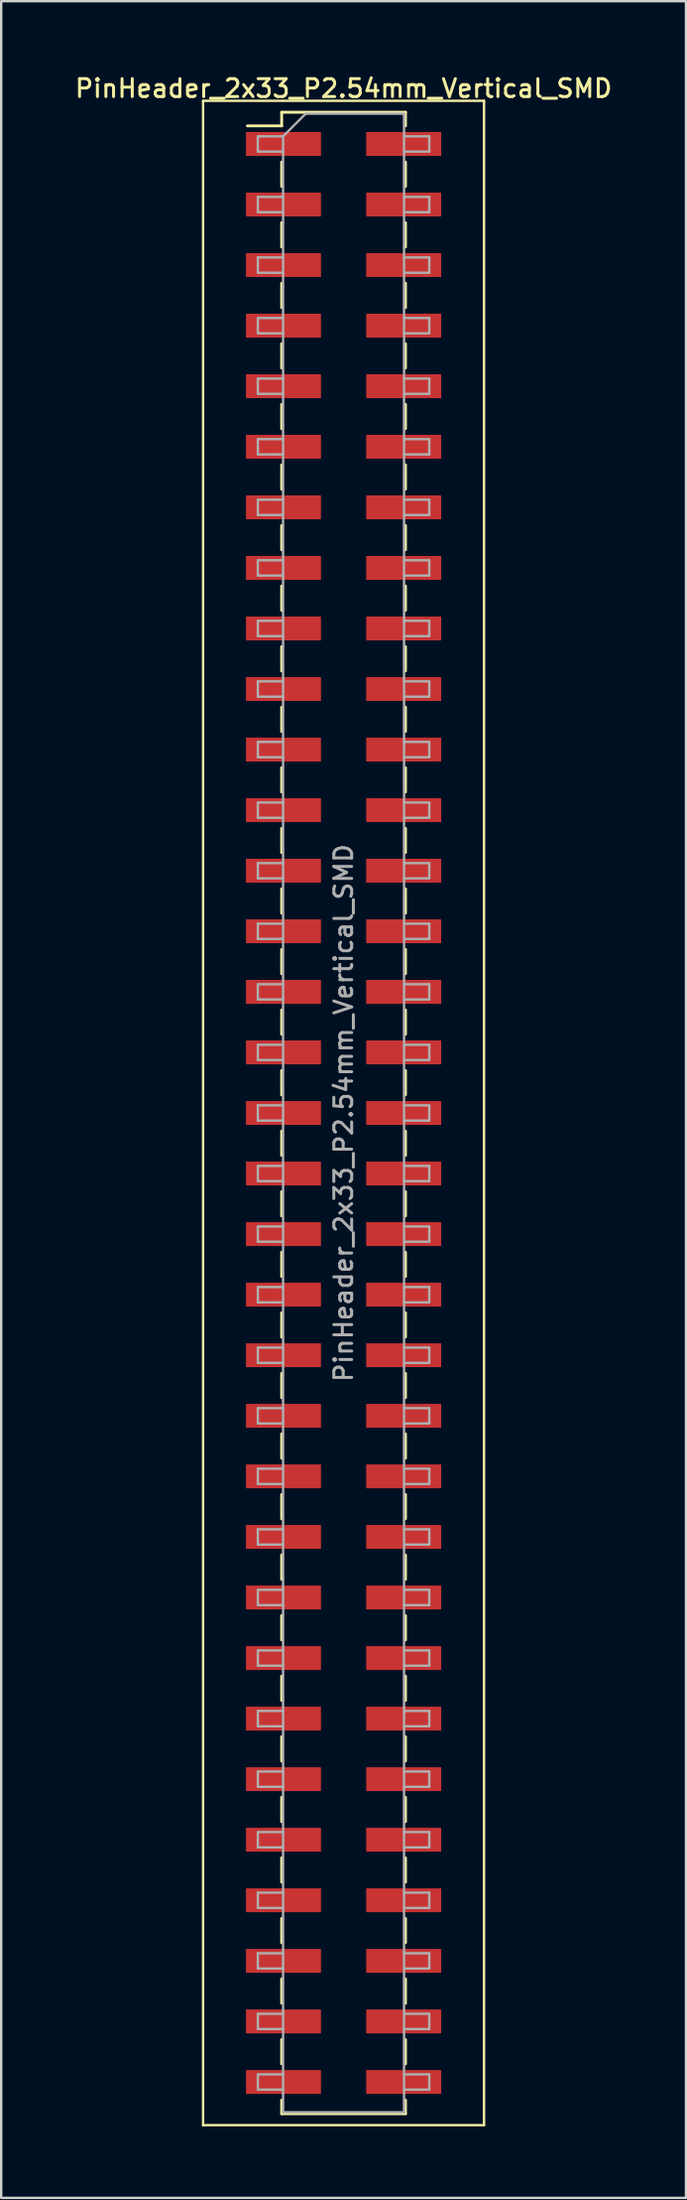
<source format=kicad_pcb>
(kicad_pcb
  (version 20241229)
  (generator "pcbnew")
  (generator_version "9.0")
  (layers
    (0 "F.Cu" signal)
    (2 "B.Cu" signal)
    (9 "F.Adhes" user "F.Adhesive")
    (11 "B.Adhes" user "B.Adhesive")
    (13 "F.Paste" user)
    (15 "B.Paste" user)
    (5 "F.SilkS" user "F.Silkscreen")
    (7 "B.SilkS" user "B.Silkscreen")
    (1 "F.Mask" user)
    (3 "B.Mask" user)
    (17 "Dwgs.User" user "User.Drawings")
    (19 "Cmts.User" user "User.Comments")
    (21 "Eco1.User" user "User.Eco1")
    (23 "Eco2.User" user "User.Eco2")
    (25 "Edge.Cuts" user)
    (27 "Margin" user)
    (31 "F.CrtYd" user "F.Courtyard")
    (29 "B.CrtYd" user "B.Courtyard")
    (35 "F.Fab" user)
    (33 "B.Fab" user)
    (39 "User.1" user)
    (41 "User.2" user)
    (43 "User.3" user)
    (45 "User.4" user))
  (footprint "PinHeader_2x33_P2.54mm_Vertical_SMD"
    (layer "F.Cu")
    (at 11.38 43.628)
    (property "Reference" "PinHeader_2x33_P2.54mm_Vertical_SMD" (at 0 -42.97 0) (layer "F.SilkS") (effects (font (size 0.75 0.75) (thickness 0.125))))
    (attr smd)
    (fp_line (start -5.9 -42.45) (end -5.9 42.45) (stroke (width 0.1) (type solid)) (layer "F.SilkS"))
    (fp_line (start -5.9 42.45) (end 5.9 42.45) (stroke (width 0.1) (type solid)) (layer "F.SilkS"))
    (fp_line (start -4.04 -41.4) (end -2.6 -41.4) (stroke (width 0.12) (type solid)) (layer "F.SilkS"))
    (fp_line (start -2.6 -41.97) (end -2.6 -41.4) (stroke (width 0.12) (type solid)) (layer "F.SilkS"))
    (fp_line (start -2.6 -41.97) (end 2.6 -41.97) (stroke (width 0.12) (type solid)) (layer "F.SilkS"))
    (fp_line (start -2.6 -39.88) (end -2.6 -38.86) (stroke (width 0.12) (type solid)) (layer "F.SilkS"))
    (fp_line (start -2.6 -37.34) (end -2.6 -36.32) (stroke (width 0.12) (type solid)) (layer "F.SilkS"))
    (fp_line (start -2.6 -34.8) (end -2.6 -33.78) (stroke (width 0.12) (type solid)) (layer "F.SilkS"))
    (fp_line (start -2.6 -32.26) (end -2.6 -31.24) (stroke (width 0.12) (type solid)) (layer "F.SilkS"))
    (fp_line (start -2.6 -29.72) (end -2.6 -28.7) (stroke (width 0.12) (type solid)) (layer "F.SilkS"))
    (fp_line (start -2.6 -27.18) (end -2.6 -26.16) (stroke (width 0.12) (type solid)) (layer "F.SilkS"))
    (fp_line (start -2.6 -24.64) (end -2.6 -23.62) (stroke (width 0.12) (type solid)) (layer "F.SilkS"))
    (fp_line (start -2.6 -22.1) (end -2.6 -21.08) (stroke (width 0.12) (type solid)) (layer "F.SilkS"))
    (fp_line (start -2.6 -19.56) (end -2.6 -18.54) (stroke (width 0.12) (type solid)) (layer "F.SilkS"))
    (fp_line (start -2.6 -17.02) (end -2.6 -16) (stroke (width 0.12) (type solid)) (layer "F.SilkS"))
    (fp_line (start -2.6 -14.48) (end -2.6 -13.46) (stroke (width 0.12) (type solid)) (layer "F.SilkS"))
    (fp_line (start -2.6 -11.94) (end -2.6 -10.92) (stroke (width 0.12) (type solid)) (layer "F.SilkS"))
    (fp_line (start -2.6 -9.4) (end -2.6 -8.38) (stroke (width 0.12) (type solid)) (layer "F.SilkS"))
    (fp_line (start -2.6 -6.86) (end -2.6 -5.84) (stroke (width 0.12) (type solid)) (layer "F.SilkS"))
    (fp_line (start -2.6 -4.32) (end -2.6 -3.3) (stroke (width 0.12) (type solid)) (layer "F.SilkS"))
    (fp_line (start -2.6 -1.78) (end -2.6 -0.76) (stroke (width 0.12) (type solid)) (layer "F.SilkS"))
    (fp_line (start -2.6 0.76) (end -2.6 1.78) (stroke (width 0.12) (type solid)) (layer "F.SilkS"))
    (fp_line (start -2.6 3.3) (end -2.6 4.32) (stroke (width 0.12) (type solid)) (layer "F.SilkS"))
    (fp_line (start -2.6 5.84) (end -2.6 6.86) (stroke (width 0.12) (type solid)) (layer "F.SilkS"))
    (fp_line (start -2.6 8.38) (end -2.6 9.4) (stroke (width 0.12) (type solid)) (layer "F.SilkS"))
    (fp_line (start -2.6 10.92) (end -2.6 11.94) (stroke (width 0.12) (type solid)) (layer "F.SilkS"))
    (fp_line (start -2.6 13.46) (end -2.6 14.48) (stroke (width 0.12) (type solid)) (layer "F.SilkS"))
    (fp_line (start -2.6 16) (end -2.6 17.02) (stroke (width 0.12) (type solid)) (layer "F.SilkS"))
    (fp_line (start -2.6 18.54) (end -2.6 19.56) (stroke (width 0.12) (type solid)) (layer "F.SilkS"))
    (fp_line (start -2.6 21.08) (end -2.6 22.1) (stroke (width 0.12) (type solid)) (layer "F.SilkS"))
    (fp_line (start -2.6 23.62) (end -2.6 24.64) (stroke (width 0.12) (type solid)) (layer "F.SilkS"))
    (fp_line (start -2.6 26.16) (end -2.6 27.18) (stroke (width 0.12) (type solid)) (layer "F.SilkS"))
    (fp_line (start -2.6 28.7) (end -2.6 29.72) (stroke (width 0.12) (type solid)) (layer "F.SilkS"))
    (fp_line (start -2.6 31.24) (end -2.6 32.26) (stroke (width 0.12) (type solid)) (layer "F.SilkS"))
    (fp_line (start -2.6 33.78) (end -2.6 34.8) (stroke (width 0.12) (type solid)) (layer "F.SilkS"))
    (fp_line (start -2.6 36.32) (end -2.6 37.34) (stroke (width 0.12) (type solid)) (layer "F.SilkS"))
    (fp_line (start -2.6 38.86) (end -2.6 39.88) (stroke (width 0.12) (type solid)) (layer "F.SilkS"))
    (fp_line (start -2.6 41.4) (end -2.6 41.97) (stroke (width 0.12) (type solid)) (layer "F.SilkS"))
    (fp_line (start -2.6 41.97) (end 2.6 41.97) (stroke (width 0.12) (type solid)) (layer "F.SilkS"))
    (fp_line (start 2.6 -41.97) (end 2.6 -41.4) (stroke (width 0.12) (type solid)) (layer "F.SilkS"))
    (fp_line (start 2.6 -39.88) (end 2.6 -38.86) (stroke (width 0.12) (type solid)) (layer "F.SilkS"))
    (fp_line (start 2.6 -37.34) (end 2.6 -36.32) (stroke (width 0.12) (type solid)) (layer "F.SilkS"))
    (fp_line (start 2.6 -34.8) (end 2.6 -33.78) (stroke (width 0.12) (type solid)) (layer "F.SilkS"))
    (fp_line (start 2.6 -32.26) (end 2.6 -31.24) (stroke (width 0.12) (type solid)) (layer "F.SilkS"))
    (fp_line (start 2.6 -29.72) (end 2.6 -28.7) (stroke (width 0.12) (type solid)) (layer "F.SilkS"))
    (fp_line (start 2.6 -27.18) (end 2.6 -26.16) (stroke (width 0.12) (type solid)) (layer "F.SilkS"))
    (fp_line (start 2.6 -24.64) (end 2.6 -23.62) (stroke (width 0.12) (type solid)) (layer "F.SilkS"))
    (fp_line (start 2.6 -22.1) (end 2.6 -21.08) (stroke (width 0.12) (type solid)) (layer "F.SilkS"))
    (fp_line (start 2.6 -19.56) (end 2.6 -18.54) (stroke (width 0.12) (type solid)) (layer "F.SilkS"))
    (fp_line (start 2.6 -17.02) (end 2.6 -16) (stroke (width 0.12) (type solid)) (layer "F.SilkS"))
    (fp_line (start 2.6 -14.48) (end 2.6 -13.46) (stroke (width 0.12) (type solid)) (layer "F.SilkS"))
    (fp_line (start 2.6 -11.94) (end 2.6 -10.92) (stroke (width 0.12) (type solid)) (layer "F.SilkS"))
    (fp_line (start 2.6 -9.4) (end 2.6 -8.38) (stroke (width 0.12) (type solid)) (layer "F.SilkS"))
    (fp_line (start 2.6 -6.86) (end 2.6 -5.84) (stroke (width 0.12) (type solid)) (layer "F.SilkS"))
    (fp_line (start 2.6 -4.32) (end 2.6 -3.3) (stroke (width 0.12) (type solid)) (layer "F.SilkS"))
    (fp_line (start 2.6 -1.78) (end 2.6 -0.76) (stroke (width 0.12) (type solid)) (layer "F.SilkS"))
    (fp_line (start 2.6 0.76) (end 2.6 1.78) (stroke (width 0.12) (type solid)) (layer "F.SilkS"))
    (fp_line (start 2.6 3.3) (end 2.6 4.32) (stroke (width 0.12) (type solid)) (layer "F.SilkS"))
    (fp_line (start 2.6 5.84) (end 2.6 6.86) (stroke (width 0.12) (type solid)) (layer "F.SilkS"))
    (fp_line (start 2.6 8.38) (end 2.6 9.4) (stroke (width 0.12) (type solid)) (layer "F.SilkS"))
    (fp_line (start 2.6 10.92) (end 2.6 11.94) (stroke (width 0.12) (type solid)) (layer "F.SilkS"))
    (fp_line (start 2.6 13.46) (end 2.6 14.48) (stroke (width 0.12) (type solid)) (layer "F.SilkS"))
    (fp_line (start 2.6 16) (end 2.6 17.02) (stroke (width 0.12) (type solid)) (layer "F.SilkS"))
    (fp_line (start 2.6 18.54) (end 2.6 19.56) (stroke (width 0.12) (type solid)) (layer "F.SilkS"))
    (fp_line (start 2.6 21.08) (end 2.6 22.1) (stroke (width 0.12) (type solid)) (layer "F.SilkS"))
    (fp_line (start 2.6 23.62) (end 2.6 24.64) (stroke (width 0.12) (type solid)) (layer "F.SilkS"))
    (fp_line (start 2.6 26.16) (end 2.6 27.18) (stroke (width 0.12) (type solid)) (layer "F.SilkS"))
    (fp_line (start 2.6 28.7) (end 2.6 29.72) (stroke (width 0.12) (type solid)) (layer "F.SilkS"))
    (fp_line (start 2.6 31.24) (end 2.6 32.26) (stroke (width 0.12) (type solid)) (layer "F.SilkS"))
    (fp_line (start 2.6 33.78) (end 2.6 34.8) (stroke (width 0.12) (type solid)) (layer "F.SilkS"))
    (fp_line (start 2.6 36.32) (end 2.6 37.34) (stroke (width 0.12) (type solid)) (layer "F.SilkS"))
    (fp_line (start 2.6 38.86) (end 2.6 39.88) (stroke (width 0.12) (type solid)) (layer "F.SilkS"))
    (fp_line (start 2.6 41.4) (end 2.6 41.97) (stroke (width 0.12) (type solid)) (layer "F.SilkS"))
    (fp_line (start 5.9 -42.45) (end -5.9 -42.45) (stroke (width 0.1) (type solid)) (layer "F.SilkS"))
    (fp_line (start 5.9 42.45) (end 5.9 -42.45) (stroke (width 0.1) (type solid)) (layer "F.SilkS"))
    (fp_line (start -3.6 -40.96) (end -3.6 -40.32) (stroke (width 0.1) (type solid)) (layer "F.Fab"))
    (fp_line (start -3.6 -40.32) (end -2.54 -40.32) (stroke (width 0.1) (type solid)) (layer "F.Fab"))
    (fp_line (start -3.6 -38.42) (end -3.6 -37.78) (stroke (width 0.1) (type solid)) (layer "F.Fab"))
    (fp_line (start -3.6 -37.78) (end -2.54 -37.78) (stroke (width 0.1) (type solid)) (layer "F.Fab"))
    (fp_line (start -3.6 -35.88) (end -3.6 -35.24) (stroke (width 0.1) (type solid)) (layer "F.Fab"))
    (fp_line (start -3.6 -35.24) (end -2.54 -35.24) (stroke (width 0.1) (type solid)) (layer "F.Fab"))
    (fp_line (start -3.6 -33.34) (end -3.6 -32.7) (stroke (width 0.1) (type solid)) (layer "F.Fab"))
    (fp_line (start -3.6 -32.7) (end -2.54 -32.7) (stroke (width 0.1) (type solid)) (layer "F.Fab"))
    (fp_line (start -3.6 -30.8) (end -3.6 -30.16) (stroke (width 0.1) (type solid)) (layer "F.Fab"))
    (fp_line (start -3.6 -30.16) (end -2.54 -30.16) (stroke (width 0.1) (type solid)) (layer "F.Fab"))
    (fp_line (start -3.6 -28.26) (end -3.6 -27.62) (stroke (width 0.1) (type solid)) (layer "F.Fab"))
    (fp_line (start -3.6 -27.62) (end -2.54 -27.62) (stroke (width 0.1) (type solid)) (layer "F.Fab"))
    (fp_line (start -3.6 -25.72) (end -3.6 -25.08) (stroke (width 0.1) (type solid)) (layer "F.Fab"))
    (fp_line (start -3.6 -25.08) (end -2.54 -25.08) (stroke (width 0.1) (type solid)) (layer "F.Fab"))
    (fp_line (start -3.6 -23.18) (end -3.6 -22.54) (stroke (width 0.1) (type solid)) (layer "F.Fab"))
    (fp_line (start -3.6 -22.54) (end -2.54 -22.54) (stroke (width 0.1) (type solid)) (layer "F.Fab"))
    (fp_line (start -3.6 -20.64) (end -3.6 -20) (stroke (width 0.1) (type solid)) (layer "F.Fab"))
    (fp_line (start -3.6 -20) (end -2.54 -20) (stroke (width 0.1) (type solid)) (layer "F.Fab"))
    (fp_line (start -3.6 -18.1) (end -3.6 -17.46) (stroke (width 0.1) (type solid)) (layer "F.Fab"))
    (fp_line (start -3.6 -17.46) (end -2.54 -17.46) (stroke (width 0.1) (type solid)) (layer "F.Fab"))
    (fp_line (start -3.6 -15.56) (end -3.6 -14.92) (stroke (width 0.1) (type solid)) (layer "F.Fab"))
    (fp_line (start -3.6 -14.92) (end -2.54 -14.92) (stroke (width 0.1) (type solid)) (layer "F.Fab"))
    (fp_line (start -3.6 -13.02) (end -3.6 -12.38) (stroke (width 0.1) (type solid)) (layer "F.Fab"))
    (fp_line (start -3.6 -12.38) (end -2.54 -12.38) (stroke (width 0.1) (type solid)) (layer "F.Fab"))
    (fp_line (start -3.6 -10.48) (end -3.6 -9.84) (stroke (width 0.1) (type solid)) (layer "F.Fab"))
    (fp_line (start -3.6 -9.84) (end -2.54 -9.84) (stroke (width 0.1) (type solid)) (layer "F.Fab"))
    (fp_line (start -3.6 -7.94) (end -3.6 -7.3) (stroke (width 0.1) (type solid)) (layer "F.Fab"))
    (fp_line (start -3.6 -7.3) (end -2.54 -7.3) (stroke (width 0.1) (type solid)) (layer "F.Fab"))
    (fp_line (start -3.6 -5.4) (end -3.6 -4.76) (stroke (width 0.1) (type solid)) (layer "F.Fab"))
    (fp_line (start -3.6 -4.76) (end -2.54 -4.76) (stroke (width 0.1) (type solid)) (layer "F.Fab"))
    (fp_line (start -3.6 -2.86) (end -3.6 -2.22) (stroke (width 0.1) (type solid)) (layer "F.Fab"))
    (fp_line (start -3.6 -2.22) (end -2.54 -2.22) (stroke (width 0.1) (type solid)) (layer "F.Fab"))
    (fp_line (start -3.6 -0.32) (end -3.6 0.32) (stroke (width 0.1) (type solid)) (layer "F.Fab"))
    (fp_line (start -3.6 0.32) (end -2.54 0.32) (stroke (width 0.1) (type solid)) (layer "F.Fab"))
    (fp_line (start -3.6 2.22) (end -3.6 2.86) (stroke (width 0.1) (type solid)) (layer "F.Fab"))
    (fp_line (start -3.6 2.86) (end -2.54 2.86) (stroke (width 0.1) (type solid)) (layer "F.Fab"))
    (fp_line (start -3.6 4.76) (end -3.6 5.4) (stroke (width 0.1) (type solid)) (layer "F.Fab"))
    (fp_line (start -3.6 5.4) (end -2.54 5.4) (stroke (width 0.1) (type solid)) (layer "F.Fab"))
    (fp_line (start -3.6 7.3) (end -3.6 7.94) (stroke (width 0.1) (type solid)) (layer "F.Fab"))
    (fp_line (start -3.6 7.94) (end -2.54 7.94) (stroke (width 0.1) (type solid)) (layer "F.Fab"))
    (fp_line (start -3.6 9.84) (end -3.6 10.48) (stroke (width 0.1) (type solid)) (layer "F.Fab"))
    (fp_line (start -3.6 10.48) (end -2.54 10.48) (stroke (width 0.1) (type solid)) (layer "F.Fab"))
    (fp_line (start -3.6 12.38) (end -3.6 13.02) (stroke (width 0.1) (type solid)) (layer "F.Fab"))
    (fp_line (start -3.6 13.02) (end -2.54 13.02) (stroke (width 0.1) (type solid)) (layer "F.Fab"))
    (fp_line (start -3.6 14.92) (end -3.6 15.56) (stroke (width 0.1) (type solid)) (layer "F.Fab"))
    (fp_line (start -3.6 15.56) (end -2.54 15.56) (stroke (width 0.1) (type solid)) (layer "F.Fab"))
    (fp_line (start -3.6 17.46) (end -3.6 18.1) (stroke (width 0.1) (type solid)) (layer "F.Fab"))
    (fp_line (start -3.6 18.1) (end -2.54 18.1) (stroke (width 0.1) (type solid)) (layer "F.Fab"))
    (fp_line (start -3.6 20) (end -3.6 20.64) (stroke (width 0.1) (type solid)) (layer "F.Fab"))
    (fp_line (start -3.6 20.64) (end -2.54 20.64) (stroke (width 0.1) (type solid)) (layer "F.Fab"))
    (fp_line (start -3.6 22.54) (end -3.6 23.18) (stroke (width 0.1) (type solid)) (layer "F.Fab"))
    (fp_line (start -3.6 23.18) (end -2.54 23.18) (stroke (width 0.1) (type solid)) (layer "F.Fab"))
    (fp_line (start -3.6 25.08) (end -3.6 25.72) (stroke (width 0.1) (type solid)) (layer "F.Fab"))
    (fp_line (start -3.6 25.72) (end -2.54 25.72) (stroke (width 0.1) (type solid)) (layer "F.Fab"))
    (fp_line (start -3.6 27.62) (end -3.6 28.26) (stroke (width 0.1) (type solid)) (layer "F.Fab"))
    (fp_line (start -3.6 28.26) (end -2.54 28.26) (stroke (width 0.1) (type solid)) (layer "F.Fab"))
    (fp_line (start -3.6 30.16) (end -3.6 30.8) (stroke (width 0.1) (type solid)) (layer "F.Fab"))
    (fp_line (start -3.6 30.8) (end -2.54 30.8) (stroke (width 0.1) (type solid)) (layer "F.Fab"))
    (fp_line (start -3.6 32.7) (end -3.6 33.34) (stroke (width 0.1) (type solid)) (layer "F.Fab"))
    (fp_line (start -3.6 33.34) (end -2.54 33.34) (stroke (width 0.1) (type solid)) (layer "F.Fab"))
    (fp_line (start -3.6 35.24) (end -3.6 35.88) (stroke (width 0.1) (type solid)) (layer "F.Fab"))
    (fp_line (start -3.6 35.88) (end -2.54 35.88) (stroke (width 0.1) (type solid)) (layer "F.Fab"))
    (fp_line (start -3.6 37.78) (end -3.6 38.42) (stroke (width 0.1) (type solid)) (layer "F.Fab"))
    (fp_line (start -3.6 38.42) (end -2.54 38.42) (stroke (width 0.1) (type solid)) (layer "F.Fab"))
    (fp_line (start -3.6 40.32) (end -3.6 40.96) (stroke (width 0.1) (type solid)) (layer "F.Fab"))
    (fp_line (start -3.6 40.96) (end -2.54 40.96) (stroke (width 0.1) (type solid)) (layer "F.Fab"))
    (fp_line (start -2.54 -40.96) (end -3.6 -40.96) (stroke (width 0.1) (type solid)) (layer "F.Fab"))
    (fp_line (start -2.54 -40.96) (end -1.59 -41.91) (stroke (width 0.1) (type solid)) (layer "F.Fab"))
    (fp_line (start -2.54 -38.42) (end -3.6 -38.42) (stroke (width 0.1) (type solid)) (layer "F.Fab"))
    (fp_line (start -2.54 -35.88) (end -3.6 -35.88) (stroke (width 0.1) (type solid)) (layer "F.Fab"))
    (fp_line (start -2.54 -33.34) (end -3.6 -33.34) (stroke (width 0.1) (type solid)) (layer "F.Fab"))
    (fp_line (start -2.54 -30.8) (end -3.6 -30.8) (stroke (width 0.1) (type solid)) (layer "F.Fab"))
    (fp_line (start -2.54 -28.26) (end -3.6 -28.26) (stroke (width 0.1) (type solid)) (layer "F.Fab"))
    (fp_line (start -2.54 -25.72) (end -3.6 -25.72) (stroke (width 0.1) (type solid)) (layer "F.Fab"))
    (fp_line (start -2.54 -23.18) (end -3.6 -23.18) (stroke (width 0.1) (type solid)) (layer "F.Fab"))
    (fp_line (start -2.54 -20.64) (end -3.6 -20.64) (stroke (width 0.1) (type solid)) (layer "F.Fab"))
    (fp_line (start -2.54 -18.1) (end -3.6 -18.1) (stroke (width 0.1) (type solid)) (layer "F.Fab"))
    (fp_line (start -2.54 -15.56) (end -3.6 -15.56) (stroke (width 0.1) (type solid)) (layer "F.Fab"))
    (fp_line (start -2.54 -13.02) (end -3.6 -13.02) (stroke (width 0.1) (type solid)) (layer "F.Fab"))
    (fp_line (start -2.54 -10.48) (end -3.6 -10.48) (stroke (width 0.1) (type solid)) (layer "F.Fab"))
    (fp_line (start -2.54 -7.94) (end -3.6 -7.94) (stroke (width 0.1) (type solid)) (layer "F.Fab"))
    (fp_line (start -2.54 -5.4) (end -3.6 -5.4) (stroke (width 0.1) (type solid)) (layer "F.Fab"))
    (fp_line (start -2.54 -2.86) (end -3.6 -2.86) (stroke (width 0.1) (type solid)) (layer "F.Fab"))
    (fp_line (start -2.54 -0.32) (end -3.6 -0.32) (stroke (width 0.1) (type solid)) (layer "F.Fab"))
    (fp_line (start -2.54 2.22) (end -3.6 2.22) (stroke (width 0.1) (type solid)) (layer "F.Fab"))
    (fp_line (start -2.54 4.76) (end -3.6 4.76) (stroke (width 0.1) (type solid)) (layer "F.Fab"))
    (fp_line (start -2.54 7.3) (end -3.6 7.3) (stroke (width 0.1) (type solid)) (layer "F.Fab"))
    (fp_line (start -2.54 9.84) (end -3.6 9.84) (stroke (width 0.1) (type solid)) (layer "F.Fab"))
    (fp_line (start -2.54 12.38) (end -3.6 12.38) (stroke (width 0.1) (type solid)) (layer "F.Fab"))
    (fp_line (start -2.54 14.92) (end -3.6 14.92) (stroke (width 0.1) (type solid)) (layer "F.Fab"))
    (fp_line (start -2.54 17.46) (end -3.6 17.46) (stroke (width 0.1) (type solid)) (layer "F.Fab"))
    (fp_line (start -2.54 20) (end -3.6 20) (stroke (width 0.1) (type solid)) (layer "F.Fab"))
    (fp_line (start -2.54 22.54) (end -3.6 22.54) (stroke (width 0.1) (type solid)) (layer "F.Fab"))
    (fp_line (start -2.54 25.08) (end -3.6 25.08) (stroke (width 0.1) (type solid)) (layer "F.Fab"))
    (fp_line (start -2.54 27.62) (end -3.6 27.62) (stroke (width 0.1) (type solid)) (layer "F.Fab"))
    (fp_line (start -2.54 30.16) (end -3.6 30.16) (stroke (width 0.1) (type solid)) (layer "F.Fab"))
    (fp_line (start -2.54 32.7) (end -3.6 32.7) (stroke (width 0.1) (type solid)) (layer "F.Fab"))
    (fp_line (start -2.54 35.24) (end -3.6 35.24) (stroke (width 0.1) (type solid)) (layer "F.Fab"))
    (fp_line (start -2.54 37.78) (end -3.6 37.78) (stroke (width 0.1) (type solid)) (layer "F.Fab"))
    (fp_line (start -2.54 40.32) (end -3.6 40.32) (stroke (width 0.1) (type solid)) (layer "F.Fab"))
    (fp_line (start -2.54 41.91) (end -2.54 -40.96) (stroke (width 0.1) (type solid)) (layer "F.Fab"))
    (fp_line (start -1.59 -41.91) (end 2.54 -41.91) (stroke (width 0.1) (type solid)) (layer "F.Fab"))
    (fp_line (start 2.54 -41.91) (end 2.54 41.91) (stroke (width 0.1) (type solid)) (layer "F.Fab"))
    (fp_line (start 2.54 -40.96) (end 3.6 -40.96) (stroke (width 0.1) (type solid)) (layer "F.Fab"))
    (fp_line (start 2.54 -38.42) (end 3.6 -38.42) (stroke (width 0.1) (type solid)) (layer "F.Fab"))
    (fp_line (start 2.54 -35.88) (end 3.6 -35.88) (stroke (width 0.1) (type solid)) (layer "F.Fab"))
    (fp_line (start 2.54 -33.34) (end 3.6 -33.34) (stroke (width 0.1) (type solid)) (layer "F.Fab"))
    (fp_line (start 2.54 -30.8) (end 3.6 -30.8) (stroke (width 0.1) (type solid)) (layer "F.Fab"))
    (fp_line (start 2.54 -28.26) (end 3.6 -28.26) (stroke (width 0.1) (type solid)) (layer "F.Fab"))
    (fp_line (start 2.54 -25.72) (end 3.6 -25.72) (stroke (width 0.1) (type solid)) (layer "F.Fab"))
    (fp_line (start 2.54 -23.18) (end 3.6 -23.18) (stroke (width 0.1) (type solid)) (layer "F.Fab"))
    (fp_line (start 2.54 -20.64) (end 3.6 -20.64) (stroke (width 0.1) (type solid)) (layer "F.Fab"))
    (fp_line (start 2.54 -18.1) (end 3.6 -18.1) (stroke (width 0.1) (type solid)) (layer "F.Fab"))
    (fp_line (start 2.54 -15.56) (end 3.6 -15.56) (stroke (width 0.1) (type solid)) (layer "F.Fab"))
    (fp_line (start 2.54 -13.02) (end 3.6 -13.02) (stroke (width 0.1) (type solid)) (layer "F.Fab"))
    (fp_line (start 2.54 -10.48) (end 3.6 -10.48) (stroke (width 0.1) (type solid)) (layer "F.Fab"))
    (fp_line (start 2.54 -7.94) (end 3.6 -7.94) (stroke (width 0.1) (type solid)) (layer "F.Fab"))
    (fp_line (start 2.54 -5.4) (end 3.6 -5.4) (stroke (width 0.1) (type solid)) (layer "F.Fab"))
    (fp_line (start 2.54 -2.86) (end 3.6 -2.86) (stroke (width 0.1) (type solid)) (layer "F.Fab"))
    (fp_line (start 2.54 -0.32) (end 3.6 -0.32) (stroke (width 0.1) (type solid)) (layer "F.Fab"))
    (fp_line (start 2.54 2.22) (end 3.6 2.22) (stroke (width 0.1) (type solid)) (layer "F.Fab"))
    (fp_line (start 2.54 4.76) (end 3.6 4.76) (stroke (width 0.1) (type solid)) (layer "F.Fab"))
    (fp_line (start 2.54 7.3) (end 3.6 7.3) (stroke (width 0.1) (type solid)) (layer "F.Fab"))
    (fp_line (start 2.54 9.84) (end 3.6 9.84) (stroke (width 0.1) (type solid)) (layer "F.Fab"))
    (fp_line (start 2.54 12.38) (end 3.6 12.38) (stroke (width 0.1) (type solid)) (layer "F.Fab"))
    (fp_line (start 2.54 14.92) (end 3.6 14.92) (stroke (width 0.1) (type solid)) (layer "F.Fab"))
    (fp_line (start 2.54 17.46) (end 3.6 17.46) (stroke (width 0.1) (type solid)) (layer "F.Fab"))
    (fp_line (start 2.54 20) (end 3.6 20) (stroke (width 0.1) (type solid)) (layer "F.Fab"))
    (fp_line (start 2.54 22.54) (end 3.6 22.54) (stroke (width 0.1) (type solid)) (layer "F.Fab"))
    (fp_line (start 2.54 25.08) (end 3.6 25.08) (stroke (width 0.1) (type solid)) (layer "F.Fab"))
    (fp_line (start 2.54 27.62) (end 3.6 27.62) (stroke (width 0.1) (type solid)) (layer "F.Fab"))
    (fp_line (start 2.54 30.16) (end 3.6 30.16) (stroke (width 0.1) (type solid)) (layer "F.Fab"))
    (fp_line (start 2.54 32.7) (end 3.6 32.7) (stroke (width 0.1) (type solid)) (layer "F.Fab"))
    (fp_line (start 2.54 35.24) (end 3.6 35.24) (stroke (width 0.1) (type solid)) (layer "F.Fab"))
    (fp_line (start 2.54 37.78) (end 3.6 37.78) (stroke (width 0.1) (type solid)) (layer "F.Fab"))
    (fp_line (start 2.54 40.32) (end 3.6 40.32) (stroke (width 0.1) (type solid)) (layer "F.Fab"))
    (fp_line (start 2.54 41.91) (end -2.54 41.91) (stroke (width 0.1) (type solid)) (layer "F.Fab"))
    (fp_line (start 3.6 -40.96) (end 3.6 -40.32) (stroke (width 0.1) (type solid)) (layer "F.Fab"))
    (fp_line (start 3.6 -40.32) (end 2.54 -40.32) (stroke (width 0.1) (type solid)) (layer "F.Fab"))
    (fp_line (start 3.6 -38.42) (end 3.6 -37.78) (stroke (width 0.1) (type solid)) (layer "F.Fab"))
    (fp_line (start 3.6 -37.78) (end 2.54 -37.78) (stroke (width 0.1) (type solid)) (layer "F.Fab"))
    (fp_line (start 3.6 -35.88) (end 3.6 -35.24) (stroke (width 0.1) (type solid)) (layer "F.Fab"))
    (fp_line (start 3.6 -35.24) (end 2.54 -35.24) (stroke (width 0.1) (type solid)) (layer "F.Fab"))
    (fp_line (start 3.6 -33.34) (end 3.6 -32.7) (stroke (width 0.1) (type solid)) (layer "F.Fab"))
    (fp_line (start 3.6 -32.7) (end 2.54 -32.7) (stroke (width 0.1) (type solid)) (layer "F.Fab"))
    (fp_line (start 3.6 -30.8) (end 3.6 -30.16) (stroke (width 0.1) (type solid)) (layer "F.Fab"))
    (fp_line (start 3.6 -30.16) (end 2.54 -30.16) (stroke (width 0.1) (type solid)) (layer "F.Fab"))
    (fp_line (start 3.6 -28.26) (end 3.6 -27.62) (stroke (width 0.1) (type solid)) (layer "F.Fab"))
    (fp_line (start 3.6 -27.62) (end 2.54 -27.62) (stroke (width 0.1) (type solid)) (layer "F.Fab"))
    (fp_line (start 3.6 -25.72) (end 3.6 -25.08) (stroke (width 0.1) (type solid)) (layer "F.Fab"))
    (fp_line (start 3.6 -25.08) (end 2.54 -25.08) (stroke (width 0.1) (type solid)) (layer "F.Fab"))
    (fp_line (start 3.6 -23.18) (end 3.6 -22.54) (stroke (width 0.1) (type solid)) (layer "F.Fab"))
    (fp_line (start 3.6 -22.54) (end 2.54 -22.54) (stroke (width 0.1) (type solid)) (layer "F.Fab"))
    (fp_line (start 3.6 -20.64) (end 3.6 -20) (stroke (width 0.1) (type solid)) (layer "F.Fab"))
    (fp_line (start 3.6 -20) (end 2.54 -20) (stroke (width 0.1) (type solid)) (layer "F.Fab"))
    (fp_line (start 3.6 -18.1) (end 3.6 -17.46) (stroke (width 0.1) (type solid)) (layer "F.Fab"))
    (fp_line (start 3.6 -17.46) (end 2.54 -17.46) (stroke (width 0.1) (type solid)) (layer "F.Fab"))
    (fp_line (start 3.6 -15.56) (end 3.6 -14.92) (stroke (width 0.1) (type solid)) (layer "F.Fab"))
    (fp_line (start 3.6 -14.92) (end 2.54 -14.92) (stroke (width 0.1) (type solid)) (layer "F.Fab"))
    (fp_line (start 3.6 -13.02) (end 3.6 -12.38) (stroke (width 0.1) (type solid)) (layer "F.Fab"))
    (fp_line (start 3.6 -12.38) (end 2.54 -12.38) (stroke (width 0.1) (type solid)) (layer "F.Fab"))
    (fp_line (start 3.6 -10.48) (end 3.6 -9.84) (stroke (width 0.1) (type solid)) (layer "F.Fab"))
    (fp_line (start 3.6 -9.84) (end 2.54 -9.84) (stroke (width 0.1) (type solid)) (layer "F.Fab"))
    (fp_line (start 3.6 -7.94) (end 3.6 -7.3) (stroke (width 0.1) (type solid)) (layer "F.Fab"))
    (fp_line (start 3.6 -7.3) (end 2.54 -7.3) (stroke (width 0.1) (type solid)) (layer "F.Fab"))
    (fp_line (start 3.6 -5.4) (end 3.6 -4.76) (stroke (width 0.1) (type solid)) (layer "F.Fab"))
    (fp_line (start 3.6 -4.76) (end 2.54 -4.76) (stroke (width 0.1) (type solid)) (layer "F.Fab"))
    (fp_line (start 3.6 -2.86) (end 3.6 -2.22) (stroke (width 0.1) (type solid)) (layer "F.Fab"))
    (fp_line (start 3.6 -2.22) (end 2.54 -2.22) (stroke (width 0.1) (type solid)) (layer "F.Fab"))
    (fp_line (start 3.6 -0.32) (end 3.6 0.32) (stroke (width 0.1) (type solid)) (layer "F.Fab"))
    (fp_line (start 3.6 0.32) (end 2.54 0.32) (stroke (width 0.1) (type solid)) (layer "F.Fab"))
    (fp_line (start 3.6 2.22) (end 3.6 2.86) (stroke (width 0.1) (type solid)) (layer "F.Fab"))
    (fp_line (start 3.6 2.86) (end 2.54 2.86) (stroke (width 0.1) (type solid)) (layer "F.Fab"))
    (fp_line (start 3.6 4.76) (end 3.6 5.4) (stroke (width 0.1) (type solid)) (layer "F.Fab"))
    (fp_line (start 3.6 5.4) (end 2.54 5.4) (stroke (width 0.1) (type solid)) (layer "F.Fab"))
    (fp_line (start 3.6 7.3) (end 3.6 7.94) (stroke (width 0.1) (type solid)) (layer "F.Fab"))
    (fp_line (start 3.6 7.94) (end 2.54 7.94) (stroke (width 0.1) (type solid)) (layer "F.Fab"))
    (fp_line (start 3.6 9.84) (end 3.6 10.48) (stroke (width 0.1) (type solid)) (layer "F.Fab"))
    (fp_line (start 3.6 10.48) (end 2.54 10.48) (stroke (width 0.1) (type solid)) (layer "F.Fab"))
    (fp_line (start 3.6 12.38) (end 3.6 13.02) (stroke (width 0.1) (type solid)) (layer "F.Fab"))
    (fp_line (start 3.6 13.02) (end 2.54 13.02) (stroke (width 0.1) (type solid)) (layer "F.Fab"))
    (fp_line (start 3.6 14.92) (end 3.6 15.56) (stroke (width 0.1) (type solid)) (layer "F.Fab"))
    (fp_line (start 3.6 15.56) (end 2.54 15.56) (stroke (width 0.1) (type solid)) (layer "F.Fab"))
    (fp_line (start 3.6 17.46) (end 3.6 18.1) (stroke (width 0.1) (type solid)) (layer "F.Fab"))
    (fp_line (start 3.6 18.1) (end 2.54 18.1) (stroke (width 0.1) (type solid)) (layer "F.Fab"))
    (fp_line (start 3.6 20) (end 3.6 20.64) (stroke (width 0.1) (type solid)) (layer "F.Fab"))
    (fp_line (start 3.6 20.64) (end 2.54 20.64) (stroke (width 0.1) (type solid)) (layer "F.Fab"))
    (fp_line (start 3.6 22.54) (end 3.6 23.18) (stroke (width 0.1) (type solid)) (layer "F.Fab"))
    (fp_line (start 3.6 23.18) (end 2.54 23.18) (stroke (width 0.1) (type solid)) (layer "F.Fab"))
    (fp_line (start 3.6 25.08) (end 3.6 25.72) (stroke (width 0.1) (type solid)) (layer "F.Fab"))
    (fp_line (start 3.6 25.72) (end 2.54 25.72) (stroke (width 0.1) (type solid)) (layer "F.Fab"))
    (fp_line (start 3.6 27.62) (end 3.6 28.26) (stroke (width 0.1) (type solid)) (layer "F.Fab"))
    (fp_line (start 3.6 28.26) (end 2.54 28.26) (stroke (width 0.1) (type solid)) (layer "F.Fab"))
    (fp_line (start 3.6 30.16) (end 3.6 30.8) (stroke (width 0.1) (type solid)) (layer "F.Fab"))
    (fp_line (start 3.6 30.8) (end 2.54 30.8) (stroke (width 0.1) (type solid)) (layer "F.Fab"))
    (fp_line (start 3.6 32.7) (end 3.6 33.34) (stroke (width 0.1) (type solid)) (layer "F.Fab"))
    (fp_line (start 3.6 33.34) (end 2.54 33.34) (stroke (width 0.1) (type solid)) (layer "F.Fab"))
    (fp_line (start 3.6 35.24) (end 3.6 35.88) (stroke (width 0.1) (type solid)) (layer "F.Fab"))
    (fp_line (start 3.6 35.88) (end 2.54 35.88) (stroke (width 0.1) (type solid)) (layer "F.Fab"))
    (fp_line (start 3.6 37.78) (end 3.6 38.42) (stroke (width 0.1) (type solid)) (layer "F.Fab"))
    (fp_line (start 3.6 38.42) (end 2.54 38.42) (stroke (width 0.1) (type solid)) (layer "F.Fab"))
    (fp_line (start 3.6 40.32) (end 3.6 40.96) (stroke (width 0.1) (type solid)) (layer "F.Fab"))
    (fp_line (start 3.6 40.96) (end 2.54 40.96) (stroke (width 0.1) (type solid)) (layer "F.Fab"))
    (fp_text user "${REFERENCE}" (at 0 0 90) (layer "F.Fab") (effects (font (size 0.75 0.75) (thickness 0.125))))
    (pad "1" smd rect (at -2.525 -40.64) (size 3.15 1) (layers "F.Cu" "F.Mask" "F.Paste"))
    (pad "2" smd rect (at 2.525 -40.64) (size 3.15 1) (layers "F.Cu" "F.Mask" "F.Paste"))
    (pad "3" smd rect (at -2.525 -38.1) (size 3.15 1) (layers "F.Cu" "F.Mask" "F.Paste"))
    (pad "4" smd rect (at 2.525 -38.1) (size 3.15 1) (layers "F.Cu" "F.Mask" "F.Paste"))
    (pad "5" smd rect (at -2.525 -35.56) (size 3.15 1) (layers "F.Cu" "F.Mask" "F.Paste"))
    (pad "6" smd rect (at 2.525 -35.56) (size 3.15 1) (layers "F.Cu" "F.Mask" "F.Paste"))
    (pad "7" smd rect (at -2.525 -33.02) (size 3.15 1) (layers "F.Cu" "F.Mask" "F.Paste"))
    (pad "8" smd rect (at 2.525 -33.02) (size 3.15 1) (layers "F.Cu" "F.Mask" "F.Paste"))
    (pad "9" smd rect (at -2.525 -30.48) (size 3.15 1) (layers "F.Cu" "F.Mask" "F.Paste"))
    (pad "10" smd rect (at 2.525 -30.48) (size 3.15 1) (layers "F.Cu" "F.Mask" "F.Paste"))
    (pad "11" smd rect (at -2.525 -27.94) (size 3.15 1) (layers "F.Cu" "F.Mask" "F.Paste"))
    (pad "12" smd rect (at 2.525 -27.94) (size 3.15 1) (layers "F.Cu" "F.Mask" "F.Paste"))
    (pad "13" smd rect (at -2.525 -25.4) (size 3.15 1) (layers "F.Cu" "F.Mask" "F.Paste"))
    (pad "14" smd rect (at 2.525 -25.4) (size 3.15 1) (layers "F.Cu" "F.Mask" "F.Paste"))
    (pad "15" smd rect (at -2.525 -22.86) (size 3.15 1) (layers "F.Cu" "F.Mask" "F.Paste"))
    (pad "16" smd rect (at 2.525 -22.86) (size 3.15 1) (layers "F.Cu" "F.Mask" "F.Paste"))
    (pad "17" smd rect (at -2.525 -20.32) (size 3.15 1) (layers "F.Cu" "F.Mask" "F.Paste"))
    (pad "18" smd rect (at 2.525 -20.32) (size 3.15 1) (layers "F.Cu" "F.Mask" "F.Paste"))
    (pad "19" smd rect (at -2.525 -17.78) (size 3.15 1) (layers "F.Cu" "F.Mask" "F.Paste"))
    (pad "20" smd rect (at 2.525 -17.78) (size 3.15 1) (layers "F.Cu" "F.Mask" "F.Paste"))
    (pad "21" smd rect (at -2.525 -15.24) (size 3.15 1) (layers "F.Cu" "F.Mask" "F.Paste"))
    (pad "22" smd rect (at 2.525 -15.24) (size 3.15 1) (layers "F.Cu" "F.Mask" "F.Paste"))
    (pad "23" smd rect (at -2.525 -12.7) (size 3.15 1) (layers "F.Cu" "F.Mask" "F.Paste"))
    (pad "24" smd rect (at 2.525 -12.7) (size 3.15 1) (layers "F.Cu" "F.Mask" "F.Paste"))
    (pad "25" smd rect (at -2.525 -10.16) (size 3.15 1) (layers "F.Cu" "F.Mask" "F.Paste"))
    (pad "26" smd rect (at 2.525 -10.16) (size 3.15 1) (layers "F.Cu" "F.Mask" "F.Paste"))
    (pad "27" smd rect (at -2.525 -7.62) (size 3.15 1) (layers "F.Cu" "F.Mask" "F.Paste"))
    (pad "28" smd rect (at 2.525 -7.62) (size 3.15 1) (layers "F.Cu" "F.Mask" "F.Paste"))
    (pad "29" smd rect (at -2.525 -5.08) (size 3.15 1) (layers "F.Cu" "F.Mask" "F.Paste"))
    (pad "30" smd rect (at 2.525 -5.08) (size 3.15 1) (layers "F.Cu" "F.Mask" "F.Paste"))
    (pad "31" smd rect (at -2.525 -2.54) (size 3.15 1) (layers "F.Cu" "F.Mask" "F.Paste"))
    (pad "32" smd rect (at 2.525 -2.54) (size 3.15 1) (layers "F.Cu" "F.Mask" "F.Paste"))
    (pad "33" smd rect (at -2.525 0) (size 3.15 1) (layers "F.Cu" "F.Mask" "F.Paste"))
    (pad "34" smd rect (at 2.525 0) (size 3.15 1) (layers "F.Cu" "F.Mask" "F.Paste"))
    (pad "35" smd rect (at -2.525 2.54) (size 3.15 1) (layers "F.Cu" "F.Mask" "F.Paste"))
    (pad "36" smd rect (at 2.525 2.54) (size 3.15 1) (layers "F.Cu" "F.Mask" "F.Paste"))
    (pad "37" smd rect (at -2.525 5.08) (size 3.15 1) (layers "F.Cu" "F.Mask" "F.Paste"))
    (pad "38" smd rect (at 2.525 5.08) (size 3.15 1) (layers "F.Cu" "F.Mask" "F.Paste"))
    (pad "39" smd rect (at -2.525 7.62) (size 3.15 1) (layers "F.Cu" "F.Mask" "F.Paste"))
    (pad "40" smd rect (at 2.525 7.62) (size 3.15 1) (layers "F.Cu" "F.Mask" "F.Paste"))
    (pad "41" smd rect (at -2.525 10.16) (size 3.15 1) (layers "F.Cu" "F.Mask" "F.Paste"))
    (pad "42" smd rect (at 2.525 10.16) (size 3.15 1) (layers "F.Cu" "F.Mask" "F.Paste"))
    (pad "43" smd rect (at -2.525 12.7) (size 3.15 1) (layers "F.Cu" "F.Mask" "F.Paste"))
    (pad "44" smd rect (at 2.525 12.7) (size 3.15 1) (layers "F.Cu" "F.Mask" "F.Paste"))
    (pad "45" smd rect (at -2.525 15.24) (size 3.15 1) (layers "F.Cu" "F.Mask" "F.Paste"))
    (pad "46" smd rect (at 2.525 15.24) (size 3.15 1) (layers "F.Cu" "F.Mask" "F.Paste"))
    (pad "47" smd rect (at -2.525 17.78) (size 3.15 1) (layers "F.Cu" "F.Mask" "F.Paste"))
    (pad "48" smd rect (at 2.525 17.78) (size 3.15 1) (layers "F.Cu" "F.Mask" "F.Paste"))
    (pad "49" smd rect (at -2.525 20.32) (size 3.15 1) (layers "F.Cu" "F.Mask" "F.Paste"))
    (pad "50" smd rect (at 2.525 20.32) (size 3.15 1) (layers "F.Cu" "F.Mask" "F.Paste"))
    (pad "51" smd rect (at -2.525 22.86) (size 3.15 1) (layers "F.Cu" "F.Mask" "F.Paste"))
    (pad "52" smd rect (at 2.525 22.86) (size 3.15 1) (layers "F.Cu" "F.Mask" "F.Paste"))
    (pad "53" smd rect (at -2.525 25.4) (size 3.15 1) (layers "F.Cu" "F.Mask" "F.Paste"))
    (pad "54" smd rect (at 2.525 25.4) (size 3.15 1) (layers "F.Cu" "F.Mask" "F.Paste"))
    (pad "55" smd rect (at -2.525 27.94) (size 3.15 1) (layers "F.Cu" "F.Mask" "F.Paste"))
    (pad "56" smd rect (at 2.525 27.94) (size 3.15 1) (layers "F.Cu" "F.Mask" "F.Paste"))
    (pad "57" smd rect (at -2.525 30.48) (size 3.15 1) (layers "F.Cu" "F.Mask" "F.Paste"))
    (pad "58" smd rect (at 2.525 30.48) (size 3.15 1) (layers "F.Cu" "F.Mask" "F.Paste"))
    (pad "59" smd rect (at -2.525 33.02) (size 3.15 1) (layers "F.Cu" "F.Mask" "F.Paste"))
    (pad "60" smd rect (at 2.525 33.02) (size 3.15 1) (layers "F.Cu" "F.Mask" "F.Paste"))
    (pad "61" smd rect (at -2.525 35.56) (size 3.15 1) (layers "F.Cu" "F.Mask" "F.Paste"))
    (pad "62" smd rect (at 2.525 35.56) (size 3.15 1) (layers "F.Cu" "F.Mask" "F.Paste"))
    (pad "63" smd rect (at -2.525 38.1) (size 3.15 1) (layers "F.Cu" "F.Mask" "F.Paste"))
    (pad "64" smd rect (at 2.525 38.1) (size 3.15 1) (layers "F.Cu" "F.Mask" "F.Paste"))
    (pad "65" smd rect (at -2.525 40.64) (size 3.15 1) (layers "F.Cu" "F.Mask" "F.Paste"))
    (pad "66" smd rect (at 2.525 40.64) (size 3.15 1) (layers "F.Cu" "F.Mask" "F.Paste")))
  (gr_rect
    (start -3 -3)
    (end 25.761 89.128)
    (stroke (width 0.1) (type default))
    (fill no)
    (layer "Edge.Cuts")))
</source>
